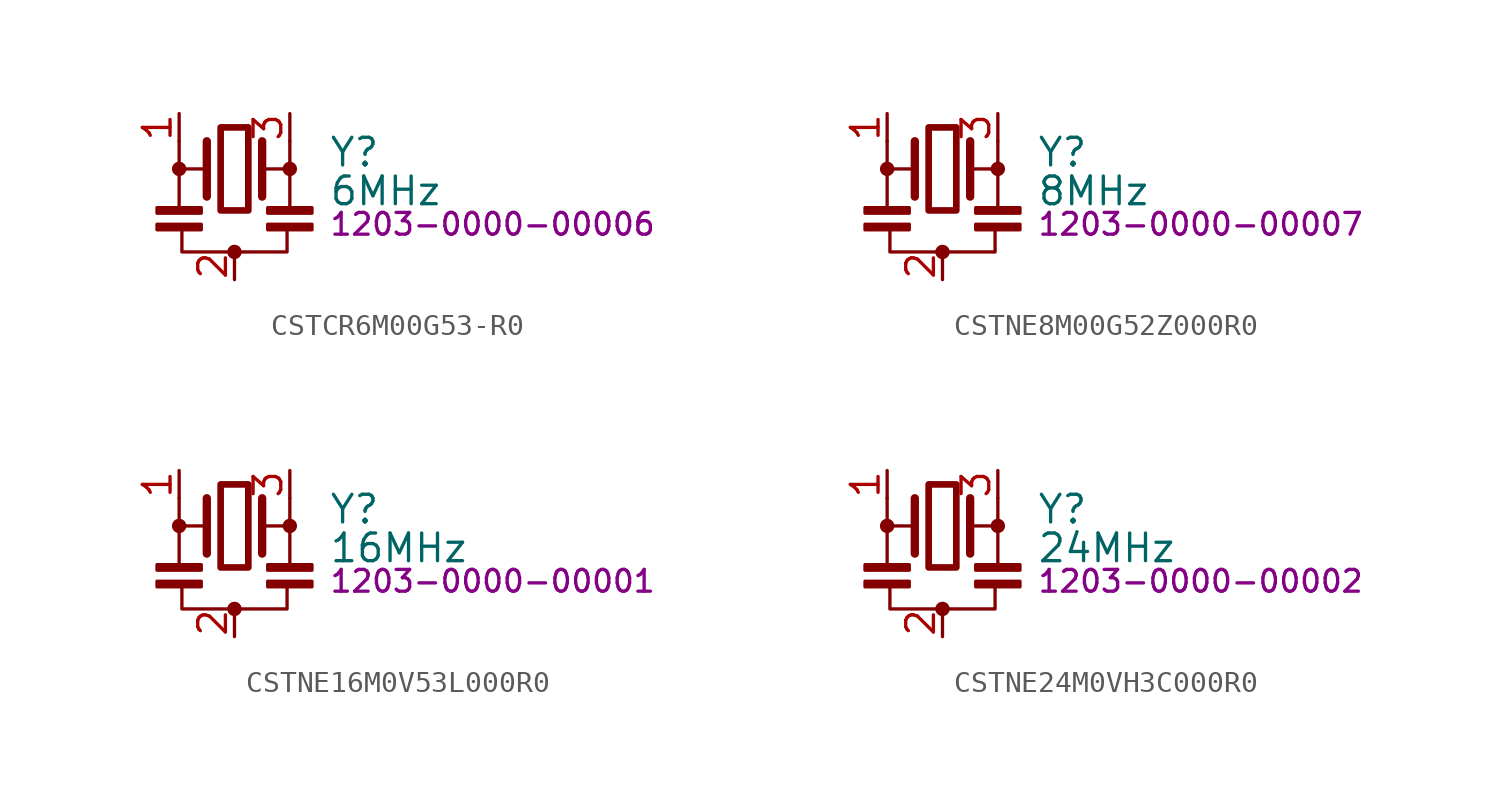
<source format=kicad_sym>
(kicad_symbol_lib
  (version 20231120)
  (generator "kicad_symbol_editor")
  (generator_version "8.0")
  (symbol "CSTCR6M00G53-R0"
    (property "Reference" "Y"
      (at 4.318 0.762 0)
      (effects (font (size 1.27 1.27)) (justify left)))
    (property "Value" "6MHz"
      (at 4.318 -1.016 0)
      (effects (font (size 1.27 1.27)) (justify left)))
    (property "PartNumber" "1203-0000-00006"
      (at 4.318 -2.54 0)
      (effects (font (size 1 1)) (justify left)))
    (symbol "CSTCR6M00G53-R0_0_1"
      (rectangle (start -3.556 -2.54) (end -1.524 -2.794) (stroke (width 0) (type default)) (fill (type outline)))
      (rectangle (start -3.556 -1.778) (end -1.524 -2.032) (stroke (width 0) (type default)) (fill (type outline)))
      (circle (center -2.54 0) (radius 0.254) (stroke (width 0) (type default)) (fill (type outline)))
      (rectangle (start -0.635 1.905) (end 0.635 -1.905) (stroke (width 0.305) (type default)) (fill (type none)))
      (circle (center 0 -3.81) (radius 0.254) (stroke (width 0) (type default)) (fill (type outline)))
      (polyline (pts (xy -2.54 -1.778) (xy -2.54 0)) (stroke (width 0) (type default)) (fill (type none)))
      (polyline (pts (xy -2.54 0) (xy -1.397 0)) (stroke (width 0) (type default)) (fill (type none)))
      (polyline (pts (xy -2.54 1.27) (xy -2.54 0)) (stroke (width 0) (type default)) (fill (type none)))
      (polyline (pts (xy -1.27 -1.27) (xy -1.27 1.27)) (stroke (width 0.381) (type default)) (fill (type none)))
      (polyline (pts (xy 1.27 -1.27) (xy 1.27 1.27)) (stroke (width 0.381) (type default)) (fill (type none)))
      (polyline (pts (xy 1.27 0) (xy 2.54 0)) (stroke (width 0) (type default)) (fill (type none)))
      (polyline (pts (xy 2.54 0) (xy 2.54 -1.778)) (stroke (width 0) (type default)) (fill (type none)))
      (polyline (pts (xy 2.54 1.27) (xy 2.54 0)) (stroke (width 0) (type default)) (fill (type none)))
      (polyline (pts (xy 2.413 -2.794) (xy 2.413 -3.81) (xy -2.413 -3.81) (xy -2.413 -2.667)) (stroke (width 0) (type default)) (fill (type none)))
      (rectangle (start 1.524 -2.54) (end 3.556 -2.794) (stroke (width 0) (type default)) (fill (type outline)))
      (rectangle (start 1.524 -1.778) (end 3.556 -2.032) (stroke (width 0) (type default)) (fill (type outline)))
      (circle (center 2.54 0) (radius 0.254) (stroke (width 0) (type default)) (fill (type outline))))
    (symbol "CSTCR6M00G53-R0_1_1"
      (pin passive line (at -2.54 2.54 270) (length 1.27) (name "1" (effects (font (size 0 0)))) (number "1" (effects (font (size 1.27 1.27)))))
      (pin passive line (at 0 -5.08 90) (length 1.27) (name "2" (effects (font (size 0 0)))) (number "2" (effects (font (size 1.27 1.27)))))
      (pin passive line (at 2.54 2.54 270) (length 1.27) (name "3" (effects (font (size 0 0)))) (number "3" (effects (font (size 1.27 1.27)))))))
  (symbol "CSTNE8M00G52Z000R0"
    (property "Reference" "Y"
      (at 4.318 0.762 0)
      (effects (font (size 1.27 1.27)) (justify left)))
    (property "Value" "8MHz"
      (at 4.318 -1.016 0)
      (effects (font (size 1.27 1.27)) (justify left)))
    (property "PartNumber" "1203-0000-00007"
      (at 4.318 -2.54 0)
      (effects (font (size 1 1)) (justify left)))
    (symbol "CSTNE8M00G52Z000R0_0_1"
      (rectangle (start -3.556 -2.54) (end -1.524 -2.794) (stroke (width 0) (type default)) (fill (type outline)))
      (rectangle (start -3.556 -1.778) (end -1.524 -2.032) (stroke (width 0) (type default)) (fill (type outline)))
      (circle (center -2.54 0) (radius 0.254) (stroke (width 0) (type default)) (fill (type outline)))
      (rectangle (start -0.635 1.905) (end 0.635 -1.905) (stroke (width 0.305) (type default)) (fill (type none)))
      (circle (center 0 -3.81) (radius 0.254) (stroke (width 0) (type default)) (fill (type outline)))
      (polyline (pts (xy -2.54 -1.778) (xy -2.54 0)) (stroke (width 0) (type default)) (fill (type none)))
      (polyline (pts (xy -2.54 0) (xy -1.397 0)) (stroke (width 0) (type default)) (fill (type none)))
      (polyline (pts (xy -2.54 1.27) (xy -2.54 0)) (stroke (width 0) (type default)) (fill (type none)))
      (polyline (pts (xy -1.27 -1.27) (xy -1.27 1.27)) (stroke (width 0.381) (type default)) (fill (type none)))
      (polyline (pts (xy 1.27 -1.27) (xy 1.27 1.27)) (stroke (width 0.381) (type default)) (fill (type none)))
      (polyline (pts (xy 1.27 0) (xy 2.54 0)) (stroke (width 0) (type default)) (fill (type none)))
      (polyline (pts (xy 2.54 0) (xy 2.54 -1.778)) (stroke (width 0) (type default)) (fill (type none)))
      (polyline (pts (xy 2.54 1.27) (xy 2.54 0)) (stroke (width 0) (type default)) (fill (type none)))
      (polyline (pts (xy 2.413 -2.794) (xy 2.413 -3.81) (xy -2.413 -3.81) (xy -2.413 -2.667)) (stroke (width 0) (type default)) (fill (type none)))
      (rectangle (start 1.524 -2.54) (end 3.556 -2.794) (stroke (width 0) (type default)) (fill (type outline)))
      (rectangle (start 1.524 -1.778) (end 3.556 -2.032) (stroke (width 0) (type default)) (fill (type outline)))
      (circle (center 2.54 0) (radius 0.254) (stroke (width 0) (type default)) (fill (type outline))))
    (symbol "CSTNE8M00G52Z000R0_1_1"
      (pin passive line (at -2.54 2.54 270) (length 1.27) (name "1" (effects (font (size 0 0)))) (number "1" (effects (font (size 1.27 1.27)))))
      (pin passive line (at 0 -5.08 90) (length 1.27) (name "2" (effects (font (size 0 0)))) (number "2" (effects (font (size 1.27 1.27)))))
      (pin passive line (at 2.54 2.54 270) (length 1.27) (name "3" (effects (font (size 0 0)))) (number "3" (effects (font (size 1.27 1.27)))))))
  (symbol "CSTNE16M0V53L000R0"
    (property "Reference" "Y"
      (at 4.318 0.762 0)
      (effects (font (size 1.27 1.27)) (justify left)))
    (property "Value" "16MHz"
      (at 4.318 -1.016 0)
      (effects (font (size 1.27 1.27)) (justify left)))
    (property "PartNumber" "1203-0000-00001"
      (at 4.318 -2.54 0)
      (effects (font (size 1 1)) (justify left)))
    (symbol "CSTNE16M0V53L000R0_0_1"
      (rectangle (start -3.556 -2.54) (end -1.524 -2.794) (stroke (width 0) (type default)) (fill (type outline)))
      (rectangle (start -3.556 -1.778) (end -1.524 -2.032) (stroke (width 0) (type default)) (fill (type outline)))
      (circle (center -2.54 0) (radius 0.254) (stroke (width 0) (type default)) (fill (type outline)))
      (rectangle (start -0.635 1.905) (end 0.635 -1.905) (stroke (width 0.305) (type default)) (fill (type none)))
      (circle (center 0 -3.81) (radius 0.254) (stroke (width 0) (type default)) (fill (type outline)))
      (polyline (pts (xy -2.54 -1.778) (xy -2.54 0)) (stroke (width 0) (type default)) (fill (type none)))
      (polyline (pts (xy -2.54 0) (xy -1.397 0)) (stroke (width 0) (type default)) (fill (type none)))
      (polyline (pts (xy -2.54 1.27) (xy -2.54 0)) (stroke (width 0) (type default)) (fill (type none)))
      (polyline (pts (xy -1.27 -1.27) (xy -1.27 1.27)) (stroke (width 0.381) (type default)) (fill (type none)))
      (polyline (pts (xy 1.27 -1.27) (xy 1.27 1.27)) (stroke (width 0.381) (type default)) (fill (type none)))
      (polyline (pts (xy 1.27 0) (xy 2.54 0)) (stroke (width 0) (type default)) (fill (type none)))
      (polyline (pts (xy 2.54 0) (xy 2.54 -1.778)) (stroke (width 0) (type default)) (fill (type none)))
      (polyline (pts (xy 2.54 1.27) (xy 2.54 0)) (stroke (width 0) (type default)) (fill (type none)))
      (polyline (pts (xy 2.413 -2.794) (xy 2.413 -3.81) (xy -2.413 -3.81) (xy -2.413 -2.667)) (stroke (width 0) (type default)) (fill (type none)))
      (rectangle (start 1.524 -2.54) (end 3.556 -2.794) (stroke (width 0) (type default)) (fill (type outline)))
      (rectangle (start 1.524 -1.778) (end 3.556 -2.032) (stroke (width 0) (type default)) (fill (type outline)))
      (circle (center 2.54 0) (radius 0.254) (stroke (width 0) (type default)) (fill (type outline))))
    (symbol "CSTNE16M0V53L000R0_1_1"
      (pin passive line (at -2.54 2.54 270) (length 1.27) (name "1" (effects (font (size 0 0)))) (number "1" (effects (font (size 1.27 1.27)))))
      (pin passive line (at 0 -5.08 90) (length 1.27) (name "2" (effects (font (size 0 0)))) (number "2" (effects (font (size 1.27 1.27)))))
      (pin passive line (at 2.54 2.54 270) (length 1.27) (name "3" (effects (font (size 0 0)))) (number "3" (effects (font (size 1.27 1.27)))))))
  (symbol "CSTNE24M0VH3C000R0"
    (property "Reference" "Y"
      (at 4.318 0.762 0)
      (effects (font (size 1.27 1.27)) (justify left)))
    (property "Value" "24MHz"
      (at 4.318 -1.016 0)
      (effects (font (size 1.27 1.27)) (justify left)))
    (property "PartNumber" "1203-0000-00002"
      (at 4.318 -2.54 0)
      (effects (font (size 1 1)) (justify left)))
    (symbol "CSTNE24M0VH3C000R0_0_1"
      (rectangle (start -3.556 -2.54) (end -1.524 -2.794) (stroke (width 0) (type default)) (fill (type outline)))
      (rectangle (start -3.556 -1.778) (end -1.524 -2.032) (stroke (width 0) (type default)) (fill (type outline)))
      (circle (center -2.54 0) (radius 0.254) (stroke (width 0) (type default)) (fill (type outline)))
      (rectangle (start -0.635 1.905) (end 0.635 -1.905) (stroke (width 0.305) (type default)) (fill (type none)))
      (circle (center 0 -3.81) (radius 0.254) (stroke (width 0) (type default)) (fill (type outline)))
      (polyline (pts (xy -2.54 -1.778) (xy -2.54 0)) (stroke (width 0) (type default)) (fill (type none)))
      (polyline (pts (xy -2.54 0) (xy -1.397 0)) (stroke (width 0) (type default)) (fill (type none)))
      (polyline (pts (xy -2.54 1.27) (xy -2.54 0)) (stroke (width 0) (type default)) (fill (type none)))
      (polyline (pts (xy -1.27 -1.27) (xy -1.27 1.27)) (stroke (width 0.381) (type default)) (fill (type none)))
      (polyline (pts (xy 1.27 -1.27) (xy 1.27 1.27)) (stroke (width 0.381) (type default)) (fill (type none)))
      (polyline (pts (xy 1.27 0) (xy 2.54 0)) (stroke (width 0) (type default)) (fill (type none)))
      (polyline (pts (xy 2.54 0) (xy 2.54 -1.778)) (stroke (width 0) (type default)) (fill (type none)))
      (polyline (pts (xy 2.54 1.27) (xy 2.54 0)) (stroke (width 0) (type default)) (fill (type none)))
      (polyline (pts (xy 2.413 -2.794) (xy 2.413 -3.81) (xy -2.413 -3.81) (xy -2.413 -2.667)) (stroke (width 0) (type default)) (fill (type none)))
      (rectangle (start 1.524 -2.54) (end 3.556 -2.794) (stroke (width 0) (type default)) (fill (type outline)))
      (rectangle (start 1.524 -1.778) (end 3.556 -2.032) (stroke (width 0) (type default)) (fill (type outline)))
      (circle (center 2.54 0) (radius 0.254) (stroke (width 0) (type default)) (fill (type outline))))
    (symbol "CSTNE24M0VH3C000R0_1_1"
      (pin passive line (at -2.54 2.54 270) (length 1.27) (name "1" (effects (font (size 0 0)))) (number "1" (effects (font (size 1.27 1.27)))))
      (pin passive line (at 0 -5.08 90) (length 1.27) (name "2" (effects (font (size 0 0)))) (number "2" (effects (font (size 1.27 1.27)))))
      (pin passive line (at 2.54 2.54 270) (length 1.27) (name "3" (effects (font (size 0 0)))) (number "3" (effects (font (size 1.27 1.27))))))))
</source>
